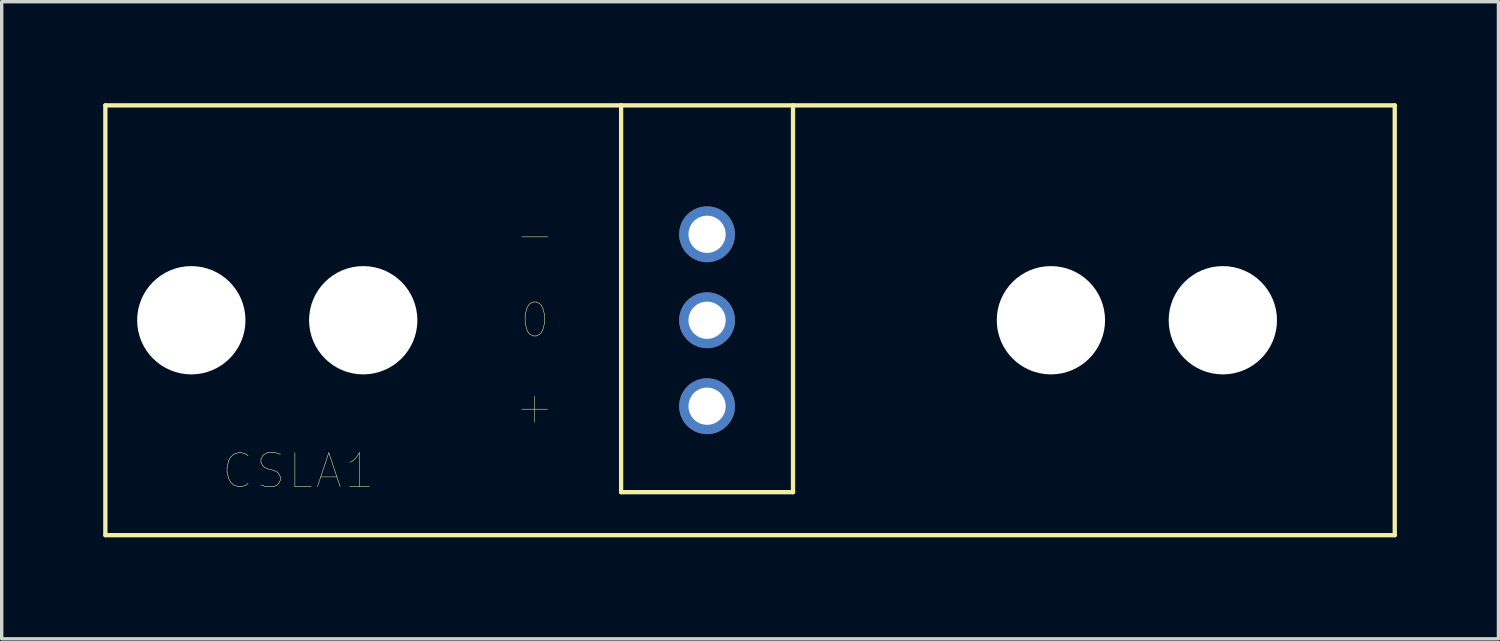
<source format=kicad_pcb>
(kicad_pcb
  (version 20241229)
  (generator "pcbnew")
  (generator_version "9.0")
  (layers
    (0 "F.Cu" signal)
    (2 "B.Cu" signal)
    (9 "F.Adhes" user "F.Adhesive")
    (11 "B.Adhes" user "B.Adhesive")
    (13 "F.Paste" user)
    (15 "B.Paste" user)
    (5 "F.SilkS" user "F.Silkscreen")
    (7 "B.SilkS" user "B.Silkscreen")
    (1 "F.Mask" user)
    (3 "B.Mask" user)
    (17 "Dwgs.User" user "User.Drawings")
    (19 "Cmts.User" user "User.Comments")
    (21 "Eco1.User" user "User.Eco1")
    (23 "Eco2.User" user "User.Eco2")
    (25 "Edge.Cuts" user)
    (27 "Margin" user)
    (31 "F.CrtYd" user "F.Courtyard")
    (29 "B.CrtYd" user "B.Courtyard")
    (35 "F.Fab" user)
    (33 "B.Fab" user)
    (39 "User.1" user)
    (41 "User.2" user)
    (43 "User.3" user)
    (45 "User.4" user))
  (footprint "CSLA1"
    (layer "F.Cu")
    (at 17.843 6.413)
    (property "Reference" "CSLA1" (at -12.084 4.452 0) (layer "F.SilkS") (effects (font (size 1.002 1.002) (thickness 0.015))))
    (attr through_hole)
    (fp_line (start -17.78 -6.35) (end -17.78 6.35) (stroke (width 0.127) (type solid)) (layer "F.SilkS"))
    (fp_line (start -17.78 -6.35) (end -2.54 -6.35) (stroke (width 0.127) (type solid)) (layer "F.SilkS"))
    (fp_line (start -2.54 -6.35) (end -2.54 5.08) (stroke (width 0.127) (type solid)) (layer "F.SilkS"))
    (fp_line (start -2.54 -6.35) (end 2.54 -6.35) (stroke (width 0.127) (type solid)) (layer "F.SilkS"))
    (fp_line (start -2.54 5.08) (end 2.54 5.08) (stroke (width 0.127) (type solid)) (layer "F.SilkS"))
    (fp_line (start 2.54 -6.35) (end 20.32 -6.35) (stroke (width 0.127) (type solid)) (layer "F.SilkS"))
    (fp_line (start 2.54 5.08) (end 2.54 -6.35) (stroke (width 0.127) (type solid)) (layer "F.SilkS"))
    (fp_line (start 20.32 6.35) (end -17.78 6.35) (stroke (width 0.127) (type solid)) (layer "F.SilkS"))
    (fp_line (start 20.32 6.35) (end 20.32 -6.35) (stroke (width 0.127) (type solid)) (layer "F.SilkS"))
    (fp_text user "+" (at -5.094 2.547 0) (layer "F.SilkS") (effects (font (size 1.003 1.003) (thickness 0.015))))
    (fp_text user "0" (at -5.089 0 0) (layer "F.SilkS") (effects (font (size 1.002 1.002) (thickness 0.015))))
    (fp_text user "-" (at -5.09 -2.545 0) (layer "F.SilkS") (effects (font (size 1.002 1.002) (thickness 0.015))))
    (pad "" np_thru_hole circle (at -15.24 0) (size 3.2 3.2) (drill 3.2) (layers "*.Cu" "*.Mask"))
    (pad "" np_thru_hole circle (at -10.16 0) (size 3.2 3.2) (drill 3.2) (layers "*.Cu" "*.Mask"))
    (pad "" np_thru_hole circle (at 10.16 0) (size 3.2 3.2) (drill 3.2) (layers "*.Cu" "*.Mask"))
    (pad "" np_thru_hole circle (at 15.24 0) (size 3.2 3.2) (drill 3.2) (layers "*.Cu" "*.Mask"))
    (pad "1" thru_hole circle (at 0 -2.54) (size 1.65 1.65) (drill 1.1) (layers "*.Cu" "*.Mask"))
    (pad "2" thru_hole circle (at 0 0) (size 1.65 1.65) (drill 1.1) (layers "*.Cu" "*.Mask"))
    (pad "3" thru_hole circle (at 0 2.54) (size 1.65 1.65) (drill 1.1) (layers "*.Cu" "*.Mask")))
  (gr_rect
    (start -3 -3)
    (end 41.227 15.827)
    (stroke (width 0.1) (type default))
    (fill no)
    (layer "Edge.Cuts")))
</source>
